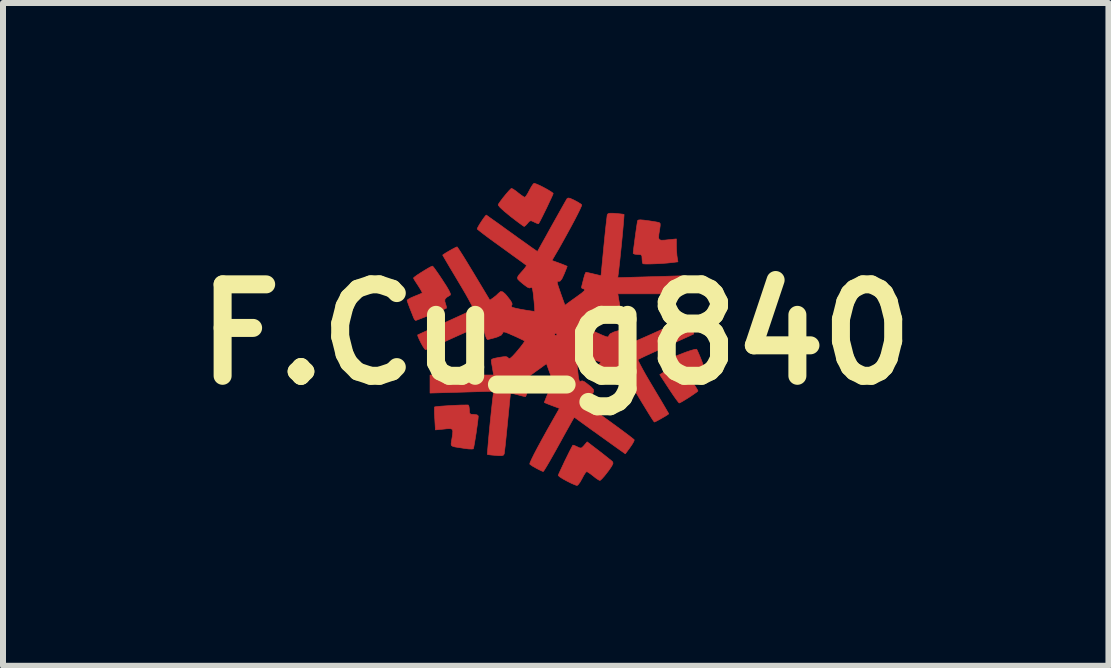
<source format=kicad_pcb>
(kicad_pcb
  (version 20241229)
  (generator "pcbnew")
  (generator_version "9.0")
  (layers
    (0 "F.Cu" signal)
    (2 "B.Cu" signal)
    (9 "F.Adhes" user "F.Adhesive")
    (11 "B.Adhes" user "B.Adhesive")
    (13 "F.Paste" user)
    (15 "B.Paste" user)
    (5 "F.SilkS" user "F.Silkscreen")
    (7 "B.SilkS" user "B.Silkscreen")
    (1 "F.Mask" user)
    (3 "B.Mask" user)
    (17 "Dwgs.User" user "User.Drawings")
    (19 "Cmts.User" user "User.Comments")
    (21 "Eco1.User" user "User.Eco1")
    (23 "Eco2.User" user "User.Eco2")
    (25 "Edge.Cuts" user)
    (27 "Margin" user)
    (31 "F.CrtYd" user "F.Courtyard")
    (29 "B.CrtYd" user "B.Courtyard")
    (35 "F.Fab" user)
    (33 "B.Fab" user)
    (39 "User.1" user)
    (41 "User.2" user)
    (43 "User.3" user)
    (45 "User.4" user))
  (footprint "F.Cu_g840"
    (layer "F.Cu")
    (at 6.212 2.524)
    (property "Reference" "F.Cu_g840" (at 0 0 0) (layer "F.SilkS") (effects (font (size 1.524 1.524) (thickness 0.3))))
    (attr through_hole)
    (fp_poly (pts (xy 1.471 -1.905) (xy 1.561 -1.893) (xy 1.685 -1.873) (xy 1.724 -1.865) (xy 1.741 -1.848) (xy 1.741 -1.812) (xy 1.734 -1.762) (xy 1.719 -1.669) (xy 1.715 -1.611) (xy 1.726 -1.58) (xy 1.759 -1.57) (xy 1.817 -1.572) (xy 1.863 -1.577) (xy 2.011 -1.592) (xy 2.011 -1.479) (xy 2.014 -1.396) (xy 2.02 -1.316) (xy 2.024 -1.288) (xy 2.037 -1.21) (xy 1.945 -1.199) (xy 1.862 -1.19) (xy 1.767 -1.183) (xy 1.67 -1.178) (xy 1.58 -1.175) (xy 1.508 -1.174) (xy 1.462 -1.177) (xy 1.452 -1.18) (xy 1.443 -1.208) (xy 1.439 -1.258) (xy 1.439 -1.263) (xy 1.436 -1.31) (xy 1.417 -1.33) (xy 1.369 -1.333) (xy 1.365 -1.333) (xy 1.316 -1.338) (xy 1.292 -1.35) (xy 1.291 -1.353) (xy 1.294 -1.384) (xy 1.301 -1.446) (xy 1.312 -1.529) (xy 1.324 -1.622) (xy 1.337 -1.716) (xy 1.349 -1.8) (xy 1.359 -1.863) (xy 1.364 -1.895) (xy 1.365 -1.897) (xy 1.378 -1.907) (xy 1.411 -1.91) (xy 1.471 -1.905)) (stroke (width 0.01) (type solid)) (fill yes) (layer "F.Cu"))
    (fp_poly (pts (xy 2.349 0.247) (xy 2.364 0.275) (xy 2.388 0.33) (xy 2.417 0.399) (xy 2.444 0.47) (xy 2.466 0.53) (xy 2.476 0.566) (xy 2.477 0.569) (xy 2.458 0.586) (xy 2.411 0.612) (xy 2.355 0.636) (xy 2.29 0.662) (xy 2.242 0.683) (xy 2.225 0.691) (xy 2.231 0.711) (xy 2.256 0.755) (xy 2.293 0.814) (xy 2.333 0.875) (xy 2.361 0.921) (xy 2.371 0.942) (xy 2.354 0.958) (xy 2.311 0.988) (xy 2.253 1.028) (xy 2.188 1.07) (xy 2.127 1.107) (xy 2.08 1.134) (xy 2.058 1.143) (xy 2.042 1.126) (xy 2.007 1.08) (xy 1.959 1.012) (xy 1.902 0.927) (xy 1.888 0.906) (xy 1.734 0.67) (xy 1.8 0.628) (xy 1.845 0.591) (xy 1.852 0.557) (xy 1.851 0.553) (xy 1.833 0.508) (xy 1.827 0.474) (xy 1.839 0.446) (xy 1.873 0.419) (xy 1.935 0.389) (xy 2.029 0.35) (xy 2.076 0.331) (xy 2.172 0.294) (xy 2.255 0.266) (xy 2.316 0.249) (xy 2.347 0.246) (xy 2.349 0.247)) (stroke (width 0.01) (type solid)) (fill yes) (layer "F.Cu"))
    (fp_poly (pts (xy -1.466 1.176) (xy -1.455 1.178) (xy -1.445 1.204) (xy -1.439 1.254) (xy -1.439 1.261) (xy -1.436 1.309) (xy -1.417 1.33) (xy -1.37 1.333) (xy -1.365 1.333) (xy -1.312 1.34) (xy -1.291 1.359) (xy -1.291 1.36) (xy -1.294 1.401) (xy -1.302 1.469) (xy -1.314 1.555) (xy -1.327 1.648) (xy -1.342 1.74) (xy -1.355 1.82) (xy -1.366 1.879) (xy -1.373 1.906) (xy -1.374 1.907) (xy -1.4 1.91) (xy -1.454 1.908) (xy -1.503 1.902) (xy -1.608 1.886) (xy -1.679 1.875) (xy -1.72 1.863) (xy -1.74 1.847) (xy -1.743 1.822) (xy -1.738 1.786) (xy -1.734 1.762) (xy -1.719 1.669) (xy -1.715 1.611) (xy -1.726 1.58) (xy -1.758 1.57) (xy -1.816 1.572) (xy -1.86 1.577) (xy -2.005 1.591) (xy -2.016 1.404) (xy -2.021 1.32) (xy -2.022 1.253) (xy -2.021 1.214) (xy -2.02 1.209) (xy -1.996 1.204) (xy -1.94 1.198) (xy -1.86 1.192) (xy -1.768 1.186) (xy -1.673 1.181) (xy -1.584 1.177) (xy -1.512 1.176) (xy -1.466 1.176)) (stroke (width 0.01) (type solid)) (fill yes) (layer "F.Cu"))
    (fp_poly (pts (xy 0.727 1.945) (xy 0.808 2.008) (xy 0.877 2.063) (xy 0.928 2.104) (xy 0.951 2.126) (xy 0.954 2.152) (xy 0.932 2.197) (xy 0.883 2.268) (xy 0.864 2.293) (xy 0.813 2.358) (xy 0.769 2.407) (xy 0.741 2.432) (xy 0.736 2.434) (xy 0.71 2.422) (xy 0.663 2.39) (xy 0.626 2.36) (xy 0.572 2.319) (xy 0.531 2.292) (xy 0.516 2.286) (xy 0.496 2.304) (xy 0.467 2.349) (xy 0.439 2.402) (xy 0.404 2.464) (xy 0.373 2.505) (xy 0.355 2.518) (xy 0.324 2.508) (xy 0.267 2.484) (xy 0.196 2.449) (xy 0.185 2.443) (xy 0.117 2.406) (xy 0.066 2.373) (xy 0.043 2.351) (xy 0.042 2.349) (xy 0.051 2.325) (xy 0.075 2.272) (xy 0.109 2.2) (xy 0.148 2.116) (xy 0.19 2.031) (xy 0.229 1.952) (xy 0.261 1.89) (xy 0.282 1.852) (xy 0.286 1.845) (xy 0.307 1.849) (xy 0.35 1.868) (xy 0.358 1.872) (xy 0.404 1.893) (xy 0.433 1.89) (xy 0.465 1.859) (xy 0.474 1.848) (xy 0.524 1.79) (xy 0.727 1.945)) (stroke (width 0.01) (type solid)) (fill yes) (layer "F.Cu"))
    (fp_poly (pts (xy -2.035 -1.12) (xy -2 -1.072) (xy -1.951 -1.002) (xy -1.894 -0.917) (xy -1.884 -0.901) (xy -1.819 -0.801) (xy -1.778 -0.73) (xy -1.757 -0.684) (xy -1.755 -0.66) (xy -1.76 -0.654) (xy -1.82 -0.617) (xy -1.847 -0.585) (xy -1.848 -0.549) (xy -1.837 -0.514) (xy -1.823 -0.467) (xy -1.82 -0.44) (xy -1.821 -0.439) (xy -1.845 -0.427) (xy -1.899 -0.404) (xy -1.973 -0.374) (xy -2.058 -0.339) (xy -2.146 -0.304) (xy -2.227 -0.273) (xy -2.291 -0.248) (xy -2.329 -0.234) (xy -2.336 -0.233) (xy -2.354 -0.25) (xy -2.369 -0.28) (xy -2.387 -0.327) (xy -2.414 -0.394) (xy -2.432 -0.44) (xy -2.456 -0.504) (xy -2.473 -0.552) (xy -2.477 -0.57) (xy -2.458 -0.586) (xy -2.411 -0.612) (xy -2.355 -0.636) (xy -2.29 -0.662) (xy -2.242 -0.683) (xy -2.225 -0.691) (xy -2.231 -0.711) (xy -2.256 -0.755) (xy -2.293 -0.814) (xy -2.333 -0.875) (xy -2.361 -0.92) (xy -2.371 -0.941) (xy -2.354 -0.957) (xy -2.311 -0.989) (xy -2.251 -1.028) (xy -2.185 -1.069) (xy -2.123 -1.106) (xy -2.076 -1.131) (xy -2.053 -1.139) (xy -2.035 -1.12)) (stroke (width 0.01) (type solid)) (fill yes) (layer "F.Cu"))
    (fp_poly (pts (xy -0.327 -2.509) (xy -0.271 -2.485) (xy -0.205 -2.452) (xy -0.139 -2.416) (xy -0.083 -2.382) (xy -0.048 -2.357) (xy -0.042 -2.349) (xy -0.051 -2.325) (xy -0.075 -2.272) (xy -0.109 -2.2) (xy -0.148 -2.116) (xy -0.19 -2.031) (xy -0.229 -1.952) (xy -0.261 -1.89) (xy -0.282 -1.852) (xy -0.286 -1.845) (xy -0.307 -1.849) (xy -0.35 -1.868) (xy -0.359 -1.873) (xy -0.405 -1.894) (xy -0.433 -1.891) (xy -0.462 -1.862) (xy -0.468 -1.853) (xy -0.502 -1.816) (xy -0.525 -1.8) (xy -0.525 -1.799) (xy -0.547 -1.812) (xy -0.594 -1.846) (xy -0.661 -1.896) (xy -0.742 -1.958) (xy -0.757 -1.97) (xy -0.859 -2.054) (xy -0.926 -2.115) (xy -0.957 -2.154) (xy -0.958 -2.167) (xy -0.923 -2.218) (xy -0.877 -2.279) (xy -0.827 -2.34) (xy -0.782 -2.392) (xy -0.749 -2.426) (xy -0.737 -2.434) (xy -0.71 -2.422) (xy -0.663 -2.39) (xy -0.626 -2.36) (xy -0.572 -2.319) (xy -0.531 -2.292) (xy -0.516 -2.286) (xy -0.496 -2.304) (xy -0.467 -2.349) (xy -0.439 -2.402) (xy -0.405 -2.464) (xy -0.376 -2.506) (xy -0.36 -2.519) (xy -0.327 -2.509)) (stroke (width 0.01) (type solid)) (fill yes) (layer "F.Cu"))
    (fp_poly (pts (xy 0.239 -2.269) (xy 0.297 -2.243) (xy 0.313 -2.235) (xy 0.374 -2.202) (xy 0.419 -2.173) (xy 0.434 -2.159) (xy 0.427 -2.136) (xy 0.403 -2.082) (xy 0.364 -2.003) (xy 0.313 -1.904) (xy 0.253 -1.792) (xy 0.187 -1.671) (xy 0.119 -1.548) (xy 0.052 -1.429) (xy -0.012 -1.32) (xy -0.024 -1.299) (xy -0.063 -1.233) (xy 0.064 -1.187) (xy 0.129 -1.162) (xy 0.175 -1.143) (xy 0.191 -1.135) (xy 0.183 -1.114) (xy 0.164 -1.065) (xy 0.139 -1.004) (xy 0.103 -0.927) (xy 0.073 -0.89) (xy 0.054 -0.885) (xy 0.035 -0.887) (xy 0.026 -0.879) (xy 0.027 -0.856) (xy 0.04 -0.81) (xy 0.066 -0.734) (xy 0.087 -0.673) (xy 0.154 -0.487) (xy 0.262 -0.566) (xy 0.331 -0.615) (xy 0.394 -0.661) (xy 0.429 -0.686) (xy 0.475 -0.726) (xy 0.484 -0.752) (xy 0.457 -0.762) (xy 0.454 -0.762) (xy 0.43 -0.776) (xy 0.432 -0.799) (xy 0.443 -0.841) (xy 0.459 -0.905) (xy 0.467 -0.937) (xy 0.484 -0.995) (xy 0.499 -1.03) (xy 0.505 -1.036) (xy 0.532 -1.031) (xy 0.586 -1.019) (xy 0.637 -1.007) (xy 0.755 -0.979) (xy 0.802 -1.469) (xy 0.816 -1.61) (xy 0.829 -1.738) (xy 0.841 -1.847) (xy 0.851 -1.93) (xy 0.857 -1.981) (xy 0.859 -1.993) (xy 0.872 -2.012) (xy 0.9 -2.02) (xy 0.956 -2.02) (xy 1.001 -2.016) (xy 1.07 -2.01) (xy 1.12 -2.004) (xy 1.139 -2) (xy 1.138 -1.979) (xy 1.134 -1.922) (xy 1.127 -1.838) (xy 1.118 -1.734) (xy 1.107 -1.615) (xy 1.095 -1.491) (xy 1.082 -1.367) (xy 1.07 -1.25) (xy 1.059 -1.149) (xy 1.05 -1.07) (xy 1.046 -1.039) (xy 1.034 -0.946) (xy 2.095 -0.977) (xy 2.095 -0.677) (xy 1.035 -0.677) (xy 1.048 -0.598) (xy 1.06 -0.528) (xy 1.071 -0.467) (xy 1.071 -0.463) (xy 1.075 -0.432) (xy 1.064 -0.413) (xy 1.031 -0.4) (xy 0.967 -0.387) (xy 0.948 -0.383) (xy 0.873 -0.372) (xy 0.828 -0.37) (xy 0.802 -0.38) (xy 0.791 -0.392) (xy 0.776 -0.403) (xy 0.754 -0.394) (xy 0.719 -0.363) (xy 0.666 -0.305) (xy 0.638 -0.272) (xy 0.583 -0.205) (xy 0.542 -0.151) (xy 0.52 -0.117) (xy 0.519 -0.109) (xy 0.541 -0.096) (xy 0.593 -0.071) (xy 0.665 -0.037) (xy 0.704 -0.02) (xy 0.787 0.017) (xy 0.839 0.037) (xy 0.868 0.042) (xy 0.881 0.034) (xy 0.885 0.02) (xy 0.908 -0.011) (xy 0.968 -0.04) (xy 1.005 -0.052) (xy 1.071 -0.07) (xy 1.12 -0.082) (xy 1.138 -0.085) (xy 1.153 -0.066) (xy 1.172 -0.017) (xy 1.185 0.032) (xy 1.204 0.095) (xy 1.224 0.137) (xy 1.236 0.148) (xy 1.261 0.139) (xy 1.319 0.116) (xy 1.404 0.08) (xy 1.511 0.033) (xy 1.632 -0.021) (xy 1.703 -0.053) (xy 1.831 -0.111) (xy 1.947 -0.162) (xy 2.044 -0.204) (xy 2.118 -0.234) (xy 2.162 -0.251) (xy 2.171 -0.254) (xy 2.188 -0.237) (xy 2.216 -0.194) (xy 2.247 -0.138) (xy 2.276 -0.08) (xy 2.296 -0.033) (xy 2.301 -0.009) (xy 2.301 -0.008) (xy 2.281 0.001) (xy 2.228 0.026) (xy 2.148 0.062) (xy 2.044 0.109) (xy 1.924 0.163) (xy 1.841 0.2) (xy 1.712 0.259) (xy 1.596 0.312) (xy 1.498 0.357) (xy 1.425 0.392) (xy 1.381 0.414) (xy 1.371 0.42) (xy 1.377 0.442) (xy 1.403 0.494) (xy 1.445 0.573) (xy 1.5 0.672) (xy 1.567 0.786) (xy 1.62 0.875) (xy 1.693 0.998) (xy 1.759 1.108) (xy 1.813 1.2) (xy 1.854 1.27) (xy 1.878 1.312) (xy 1.884 1.323) (xy 1.867 1.336) (xy 1.825 1.363) (xy 1.77 1.395) (xy 1.713 1.427) (xy 1.667 1.451) (xy 1.644 1.46) (xy 1.63 1.443) (xy 1.598 1.395) (xy 1.551 1.32) (xy 1.493 1.225) (xy 1.425 1.114) (xy 1.395 1.064) (xy 1.324 0.944) (xy 1.259 0.835) (xy 1.202 0.741) (xy 1.159 0.669) (xy 1.133 0.625) (xy 1.128 0.618) (xy 1.098 0.569) (xy 1.006 0.644) (xy 0.952 0.686) (xy 0.91 0.713) (xy 0.894 0.72) (xy 0.871 0.704) (xy 0.834 0.665) (xy 0.792 0.614) (xy 0.752 0.563) (xy 0.726 0.522) (xy 0.72 0.506) (xy 0.736 0.482) (xy 0.751 0.471) (xy 0.749 0.459) (xy 0.704 0.444) (xy 0.619 0.425) (xy 0.569 0.416) (xy 0.479 0.402) (xy 0.407 0.391) (xy 0.362 0.385) (xy 0.35 0.386) (xy 0.35 0.408) (xy 0.354 0.463) (xy 0.36 0.541) (xy 0.366 0.598) (xy 0.376 0.694) (xy 0.386 0.753) (xy 0.396 0.781) (xy 0.409 0.785) (xy 0.415 0.781) (xy 0.441 0.773) (xy 0.48 0.789) (xy 0.525 0.823) (xy 0.592 0.877) (xy 0.628 0.916) (xy 0.634 0.95) (xy 0.613 0.989) (xy 0.568 1.044) (xy 0.524 1.098) (xy 0.496 1.137) (xy 0.49 1.152) (xy 0.508 1.166) (xy 0.556 1.201) (xy 0.629 1.254) (xy 0.722 1.321) (xy 0.829 1.398) (xy 0.9 1.449) (xy 1.014 1.532) (xy 1.116 1.607) (xy 1.201 1.671) (xy 1.265 1.72) (xy 1.302 1.75) (xy 1.309 1.758) (xy 1.301 1.784) (xy 1.273 1.833) (xy 1.238 1.884) (xy 1.16 1.99) (xy 1.019 1.89) (xy 0.952 1.842) (xy 0.86 1.776) (xy 0.754 1.7) (xy 0.644 1.621) (xy 0.593 1.585) (xy 0.309 1.379) (xy 0.264 1.457) (xy 0.241 1.499) (xy 0.2 1.572) (xy 0.147 1.667) (xy 0.086 1.778) (xy 0.02 1.897) (xy 0.013 1.91) (xy -0.051 2.024) (xy -0.108 2.124) (xy -0.155 2.204) (xy -0.189 2.259) (xy -0.207 2.284) (xy -0.209 2.285) (xy -0.234 2.275) (xy -0.283 2.252) (xy -0.321 2.232) (xy -0.38 2.199) (xy -0.422 2.171) (xy -0.433 2.16) (xy -0.427 2.135) (xy -0.401 2.077) (xy -0.358 1.99) (xy -0.298 1.876) (xy -0.223 1.738) (xy -0.136 1.581) (xy -0.038 1.408) (xy 0.012 1.32) (xy 0.062 1.232) (xy -0.064 1.185) (xy -0.129 1.16) (xy -0.175 1.141) (xy -0.191 1.133) (xy -0.183 1.113) (xy -0.164 1.065) (xy -0.139 1.004) (xy -0.103 0.927) (xy -0.073 0.89) (xy -0.054 0.885) (xy -0.035 0.887) (xy -0.026 0.879) (xy -0.027 0.856) (xy -0.04 0.81) (xy -0.066 0.734) (xy -0.087 0.673) (xy -0.154 0.487) (xy -0.262 0.566) (xy -0.331 0.615) (xy -0.395 0.662) (xy -0.43 0.687) (xy -0.467 0.717) (xy -0.472 0.738) (xy -0.458 0.752) (xy -0.441 0.77) (xy -0.437 0.797) (xy -0.444 0.845) (xy -0.459 0.906) (xy -0.478 0.974) (xy -0.495 1.021) (xy -0.505 1.037) (xy -0.532 1.032) (xy -0.585 1.019) (xy -0.634 1.006) (xy -0.697 0.99) (xy -0.741 0.981) (xy -0.753 0.98) (xy -0.756 1.001) (xy -0.762 1.059) (xy -0.771 1.147) (xy -0.782 1.259) (xy -0.795 1.389) (xy -0.803 1.471) (xy -0.817 1.612) (xy -0.83 1.74) (xy -0.841 1.848) (xy -0.851 1.931) (xy -0.857 1.981) (xy -0.86 1.993) (xy -0.872 2.012) (xy -0.9 2.02) (xy -0.956 2.02) (xy -1.001 2.016) (xy -1.07 2.01) (xy -1.12 2.004) (xy -1.139 2) (xy -1.138 1.979) (xy -1.134 1.922) (xy -1.127 1.838) (xy -1.118 1.734) (xy -1.107 1.615) (xy -1.095 1.491) (xy -1.082 1.367) (xy -1.07 1.25) (xy -1.059 1.149) (xy -1.05 1.07) (xy -1.046 1.039) (xy -1.034 0.946) (xy -1.565 0.962) (xy -2.095 0.977) (xy -2.095 0.677) (xy -1.035 0.677) (xy -1.048 0.598) (xy -1.06 0.528) (xy -1.071 0.467) (xy -1.071 0.463) (xy -1.075 0.432) (xy -1.064 0.413) (xy -1.031 0.4) (xy -0.967 0.387) (xy -0.948 0.383) (xy -0.873 0.372) (xy -0.828 0.37) (xy -0.802 0.38) (xy -0.791 0.392) (xy -0.776 0.403) (xy -0.754 0.394) (xy -0.719 0.363) (xy -0.666 0.305) (xy -0.638 0.272) (xy -0.583 0.205) (xy -0.542 0.151) (xy -0.52 0.117) (xy -0.519 0.109) (xy -0.541 0.096) (xy -0.593 0.071) (xy -0.665 0.037) (xy -0.704 0.02) (xy -0.748 0) (xy -0.021 0) (xy -0.005 0.021) (xy 0 0.021) (xy 0.021 0.005) (xy 0.021 0) (xy 0.005 -0.021) (xy 0 -0.021) (xy -0.021 -0.005) (xy -0.021 0) (xy -0.748 0) (xy -0.787 -0.017) (xy -0.839 -0.037) (xy -0.868 -0.042) (xy -0.881 -0.034) (xy -0.885 -0.02) (xy -0.908 0.011) (xy -0.968 0.04) (xy -1.005 0.052) (xy -1.071 0.07) (xy -1.12 0.082) (xy -1.138 0.085) (xy -1.153 0.066) (xy -1.172 0.017) (xy -1.185 -0.032) (xy -1.204 -0.095) (xy -1.224 -0.137) (xy -1.236 -0.148) (xy -1.261 -0.139) (xy -1.319 -0.116) (xy -1.404 -0.08) (xy -1.511 -0.033) (xy -1.632 0.021) (xy -1.703 0.053) (xy -1.831 0.111) (xy -1.947 0.162) (xy -2.044 0.204) (xy -2.118 0.234) (xy -2.162 0.251) (xy -2.171 0.254) (xy -2.188 0.237) (xy -2.216 0.194) (xy -2.247 0.138) (xy -2.276 0.08) (xy -2.296 0.033) (xy -2.301 0.009) (xy -2.301 0.008) (xy -2.281 -0.001) (xy -2.228 -0.026) (xy -2.148 -0.062) (xy -2.044 -0.109) (xy -1.924 -0.163) (xy -1.841 -0.2) (xy -1.712 -0.259) (xy -1.596 -0.312) (xy -1.498 -0.357) (xy -1.425 -0.392) (xy -1.381 -0.414) (xy -1.371 -0.42) (xy -1.377 -0.442) (xy -1.403 -0.494) (xy -1.445 -0.573) (xy -1.5 -0.672) (xy -1.567 -0.786) (xy -1.62 -0.875) (xy -1.693 -0.998) (xy -1.759 -1.108) (xy -1.813 -1.2) (xy -1.854 -1.27) (xy -1.878 -1.312) (xy -1.884 -1.323) (xy -1.867 -1.336) (xy -1.825 -1.363) (xy -1.77 -1.395) (xy -1.713 -1.427) (xy -1.667 -1.451) (xy -1.644 -1.46) (xy -1.631 -1.443) (xy -1.598 -1.394) (xy -1.55 -1.319) (xy -1.49 -1.222) (xy -1.421 -1.108) (xy -1.365 -1.016) (xy -1.098 -0.571) (xy -1.039 -0.612) (xy -0.99 -0.651) (xy -0.953 -0.687) (xy -0.953 -0.687) (xy -0.919 -0.715) (xy -0.883 -0.71) (xy -0.838 -0.671) (xy -0.812 -0.64) (xy -0.761 -0.575) (xy -0.734 -0.532) (xy -0.726 -0.505) (xy -0.734 -0.484) (xy -0.739 -0.479) (xy -0.741 -0.464) (xy -0.72 -0.451) (xy -0.669 -0.437) (xy -0.582 -0.419) (xy -0.558 -0.415) (xy -0.471 -0.4) (xy -0.402 -0.39) (xy -0.359 -0.385) (xy -0.35 -0.385) (xy -0.35 -0.408) (xy -0.354 -0.463) (xy -0.36 -0.541) (xy -0.366 -0.598) (xy -0.376 -0.694) (xy -0.386 -0.753) (xy -0.396 -0.781) (xy -0.409 -0.785) (xy -0.415 -0.781) (xy -0.439 -0.774) (xy -0.474 -0.789) (xy -0.53 -0.83) (xy -0.551 -0.847) (xy -0.603 -0.891) (xy -0.632 -0.921) (xy -0.638 -0.95) (xy -0.619 -0.985) (xy -0.574 -1.037) (xy -0.531 -1.085) (xy -0.5 -1.125) (xy -0.488 -1.15) (xy -0.489 -1.152) (xy -0.509 -1.167) (xy -0.557 -1.203) (xy -0.631 -1.256) (xy -0.724 -1.323) (xy -0.831 -1.401) (xy -0.9 -1.451) (xy -1.014 -1.533) (xy -1.117 -1.608) (xy -1.202 -1.672) (xy -1.265 -1.721) (xy -1.302 -1.751) (xy -1.309 -1.758) (xy -1.3 -1.781) (xy -1.275 -1.826) (xy -1.24 -1.881) (xy -1.204 -1.934) (xy -1.173 -1.975) (xy -1.157 -1.99) (xy -1.14 -1.978) (xy -1.093 -1.944) (xy -1.021 -1.893) (xy -0.928 -1.827) (xy -0.821 -1.749) (xy -0.73 -1.684) (xy -0.614 -1.6) (xy -0.509 -1.526) (xy -0.422 -1.463) (xy -0.355 -1.417) (xy -0.315 -1.389) (xy -0.305 -1.383) (xy -0.294 -1.401) (xy -0.266 -1.452) (xy -0.223 -1.529) (xy -0.168 -1.627) (xy -0.105 -1.742) (xy -0.067 -1.81) (xy 0.002 -1.933) (xy 0.064 -2.044) (xy 0.117 -2.138) (xy 0.157 -2.209) (xy 0.182 -2.252) (xy 0.187 -2.261) (xy 0.206 -2.274) (xy 0.239 -2.269)) (stroke (width 0.01) (type solid)) (fill yes) (layer "F.Cu")))
  (gr_rect
    (start -3 -3)
    (end 15.424 8.047)
    (stroke (width 0.1) (type default))
    (fill no)
    (layer "Edge.Cuts")))
</source>
